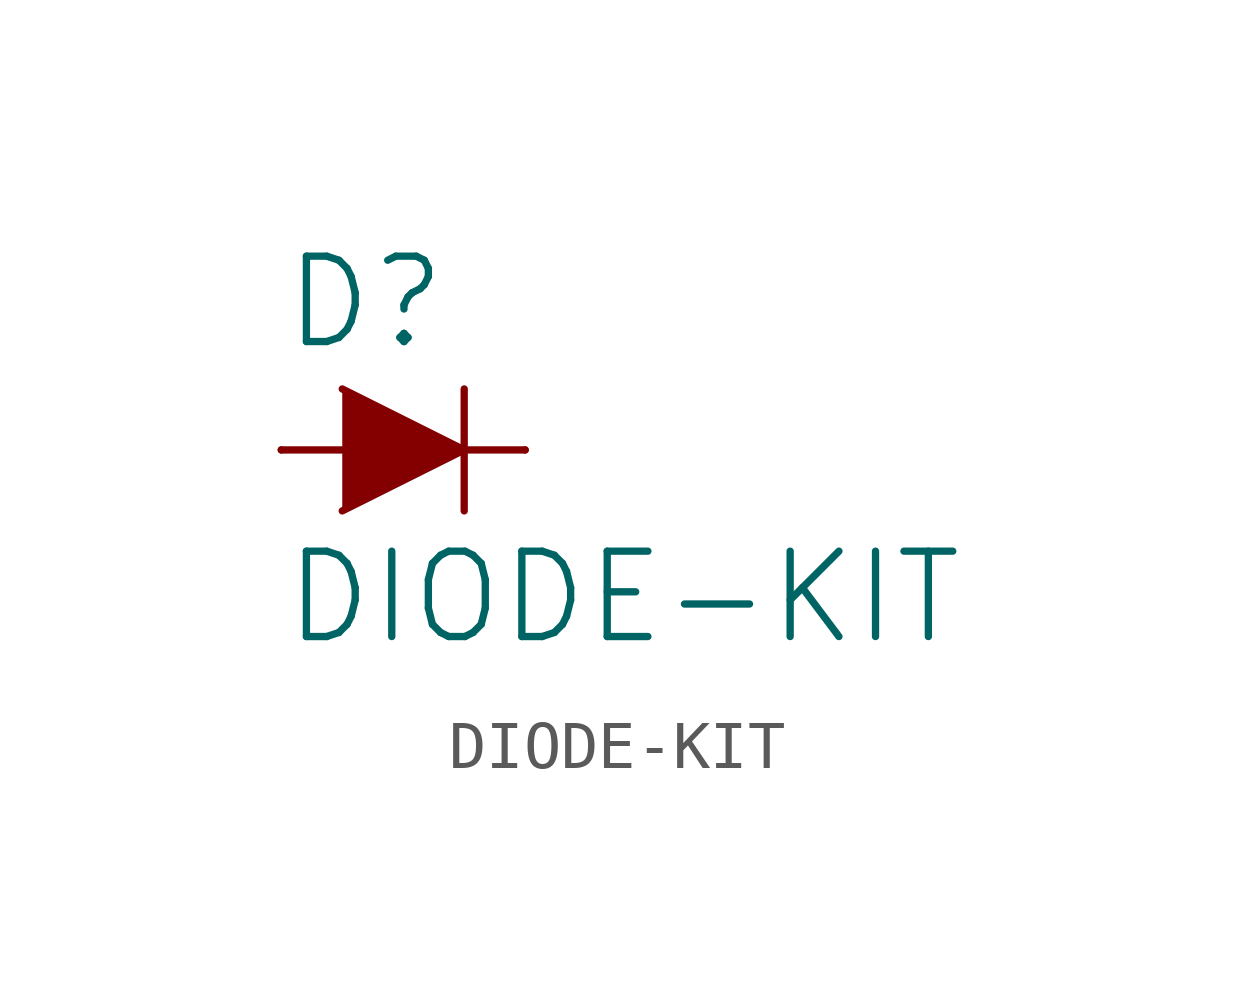
<source format=kicad_sym>
(kicad_symbol_lib
  (version 20211014)
  (generator kicad_symbol_editor)
  (symbol "DIODE-KIT"
    (property "Reference" "D"
      (at -2.54 2.032 0)
      (effects (font (size 1.778 1.778)) (justify left bottom)))
    (property "Value" "DIODE-KIT"
      (at -2.54 -2.032 0)
      (effects (font (size 1.778 1.778)) (justify left top)))
    (property "ki_locked" ""
      (at 0 0 0)
      (effects (font (size 1.27 1.27))))
    (symbol "DIODE-KIT_1_0"
      (polyline (pts (xy -2.54 0) (xy -1.27 0)) (stroke (width 0.152) (type default) (color 0 0 0 0)) (fill (type none)))
      (polyline (pts (xy 1.27 0) (xy 1.27 -1.27)) (stroke (width 0.152) (type default) (color 0 0 0 0)) (fill (type none)))
      (polyline (pts (xy 1.27 1.27) (xy 1.27 0)) (stroke (width 0.152) (type default) (color 0 0 0 0)) (fill (type none)))
      (polyline (pts (xy 2.54 0) (xy 1.27 0)) (stroke (width 0.152) (type default) (color 0 0 0 0)) (fill (type none)))
      (polyline (pts (xy -1.27 1.27) (xy 1.27 0) (xy -1.27 -1.27)) (stroke (width 0) (type default) (color 0 0 0 0)) (fill (type outline)))
      (pin passive line (at -2.54 0 0) (length 0) (name "A" (effects (font (size 0 0)))) (number "A" (effects (font (size 0 0)))))
      (pin passive line (at 2.54 0 180) (length 0) (name "C" (effects (font (size 0 0)))) (number "C" (effects (font (size 0 0))))))))
</source>
